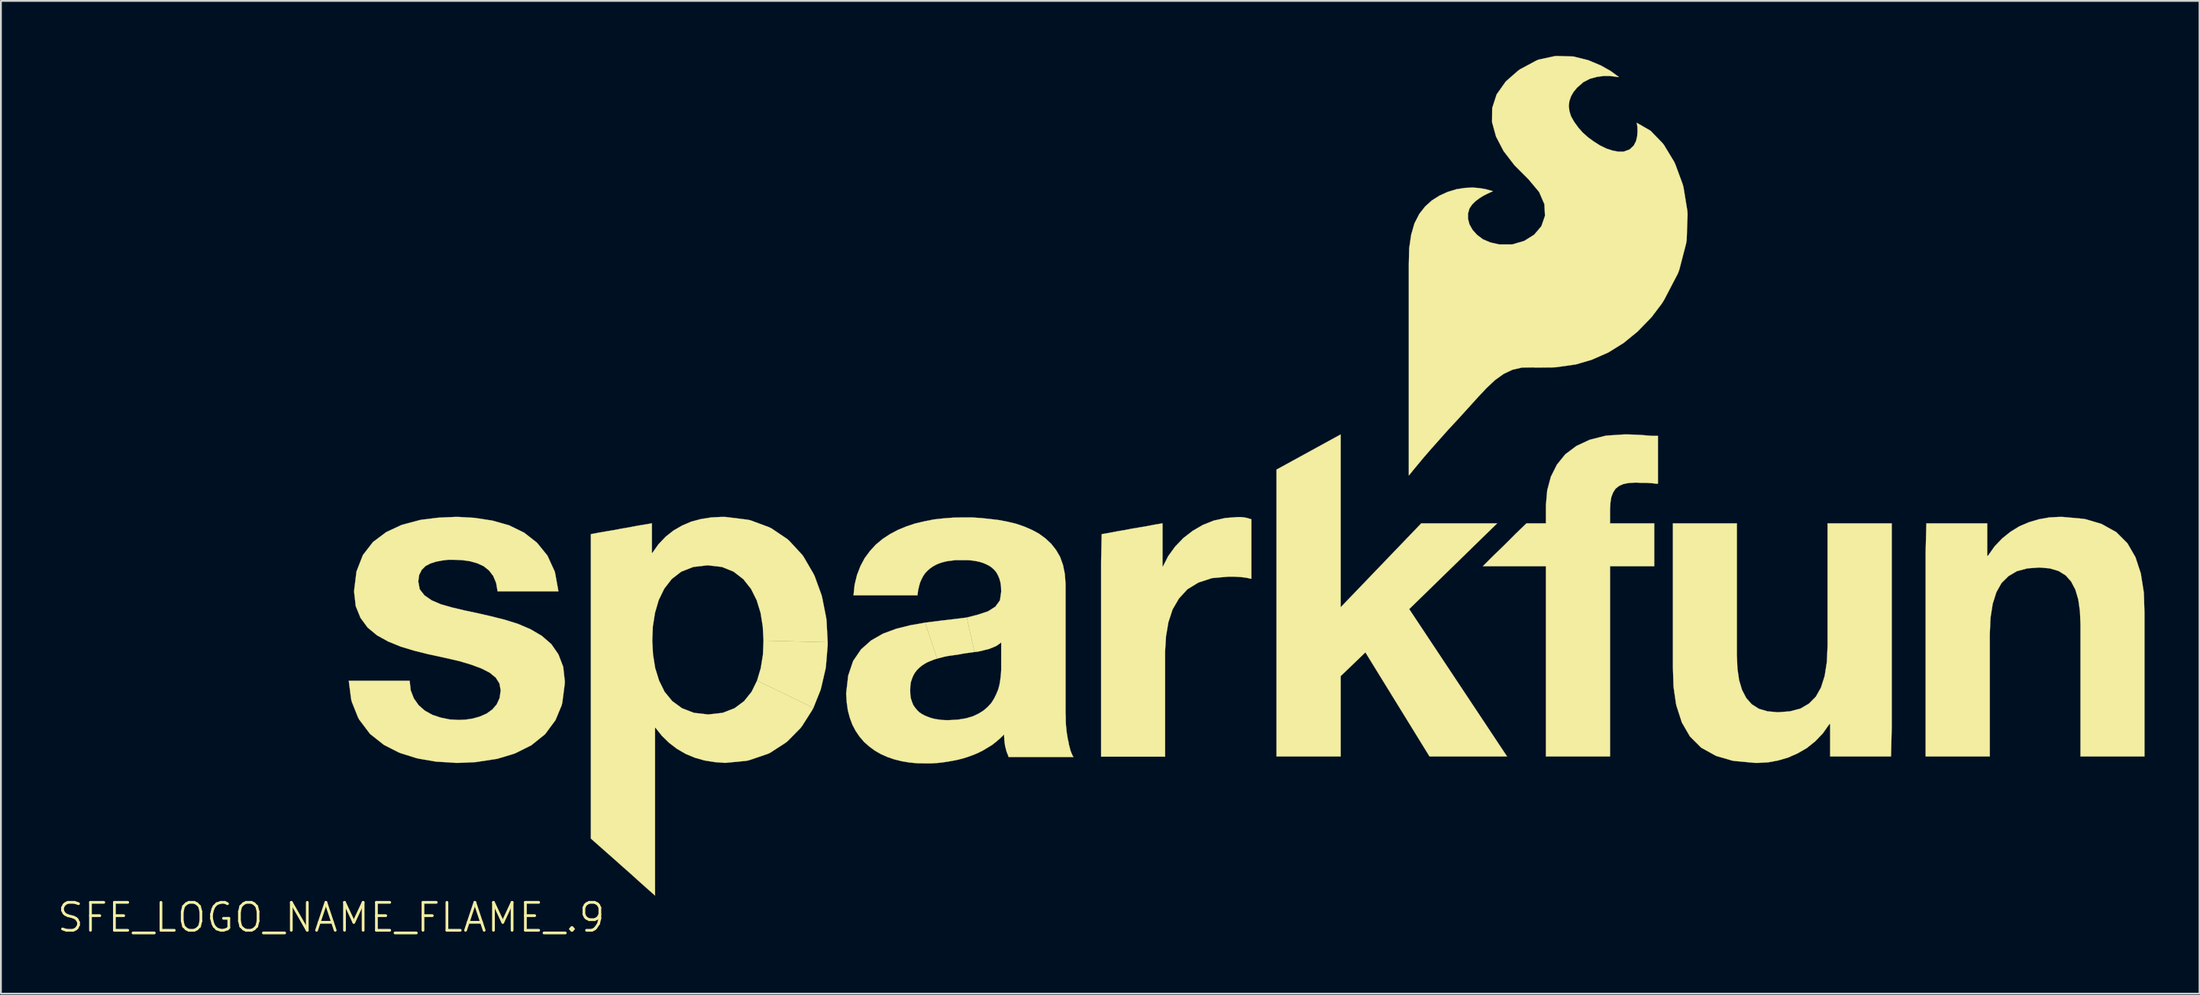
<source format=kicad_pcb>
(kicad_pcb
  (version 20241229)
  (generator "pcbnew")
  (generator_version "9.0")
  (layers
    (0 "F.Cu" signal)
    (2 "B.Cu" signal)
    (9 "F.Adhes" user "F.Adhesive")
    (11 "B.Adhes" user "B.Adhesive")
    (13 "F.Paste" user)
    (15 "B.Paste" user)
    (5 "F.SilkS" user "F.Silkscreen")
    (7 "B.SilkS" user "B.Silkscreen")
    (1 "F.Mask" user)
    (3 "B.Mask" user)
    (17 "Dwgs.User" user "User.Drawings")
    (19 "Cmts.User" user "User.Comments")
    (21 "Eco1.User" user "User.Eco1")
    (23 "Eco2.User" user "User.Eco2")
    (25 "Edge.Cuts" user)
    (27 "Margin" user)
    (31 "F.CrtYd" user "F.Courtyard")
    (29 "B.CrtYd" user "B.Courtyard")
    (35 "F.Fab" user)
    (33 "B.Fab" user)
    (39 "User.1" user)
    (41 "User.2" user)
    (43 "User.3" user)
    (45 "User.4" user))
  (footprint "SFE_LOGO_NAME_FLAME_.9"
    (layer "F.Cu")
    (at 15.022 47.013)
    (property "Reference" "SFE_LOGO_NAME_FLAME_.9" (at 0 0 0) (layer "F.SilkS") (effects (font (size 1.524 1.524) (thickness 0.15))))
    (attr exclude_from_pos_files exclude_from_bom)
    (fp_poly (pts (xy 23.238 -12.929) (xy 23.439 -13.609) (xy 23.558 -14.348) (xy 23.589 -15.108) (xy 27.089 -15.019) (xy 27.089 -14.859) (xy 26.998 -13.759) (xy 26.98 -13.599) (xy 26.739 -12.558) (xy 26.698 -12.408) (xy 26.309 -11.438)) (stroke (width 0.01) (type solid)) (fill yes) (layer "F.SilkS"))
    (fp_poly (pts (xy 51.58 -24.44) (xy 55.08 -26.358) (xy 55.08 -16.929) (xy 59.479 -21.509) (xy 63.619 -21.509) (xy 58.819 -16.828) (xy 64.158 -8.788) (xy 59.929 -8.788) (xy 56.429 -14.468) (xy 55.08 -13.17) (xy 55.08 -8.788) (xy 51.58 -8.788)) (stroke (width 0.01) (type solid)) (fill yes) (layer "F.SilkS"))
    (fp_poly (pts (xy 32.408 -16.088) (xy 33.198 -16.19) (xy 33.96 -16.279) (xy 34.679 -16.368) (xy 35.098 -14.488) (xy 34.9 -14.458) (xy 34.689 -14.43) (xy 34.478 -14.399) (xy 34.28 -14.359) (xy 34.069 -14.328) (xy 33.858 -14.298) (xy 33.658 -14.27) (xy 33.449 -14.229) (xy 33.259 -14.178) (xy 33.058 -14.127)) (stroke (width 0.01) (type solid)) (fill yes) (layer "F.SilkS"))
    (fp_poly (pts (xy 42.04 -20.919) (xy 42.448 -20.988) (xy 42.868 -21.069) (xy 43.279 -21.138) (xy 43.698 -21.219) (xy 44.11 -21.288) (xy 44.529 -21.359) (xy 44.938 -21.438) (xy 45.359 -21.509) (xy 45.359 -19.149) (xy 45.38 -19.149) (xy 45.669 -19.718) (xy 46.048 -20.239) (xy 46.5 -20.709) (xy 47.008 -21.1) (xy 47.559 -21.42) (xy 48.158 -21.659) (xy 48.788 -21.798) (xy 49.439 -21.849) (xy 49.639 -21.849) (xy 49.738 -21.839) (xy 49.83 -21.829) (xy 49.929 -21.808) (xy 50.018 -21.788) (xy 50.109 -21.758) (xy 50.208 -21.73) (xy 50.208 -18.479) (xy 50.079 -18.509) (xy 49.929 -18.539) (xy 49.779 -18.56) (xy 49.619 -18.578) (xy 49.449 -18.588) (xy 49.279 -18.598) (xy 48.948 -18.598) (xy 48.059 -18.519) (xy 47.318 -18.278) (xy 46.718 -17.91) (xy 46.258 -17.409) (xy 45.908 -16.81) (xy 45.679 -16.109) (xy 45.55 -15.339) (xy 45.499 -14.519) (xy 45.499 -8.778) (xy 42.009 -8.778) (xy 42.009 -19.398)) (stroke (width 0.01) (type solid)) (fill yes) (layer "F.SilkS"))
    (fp_poly (pts (xy 85.108 -8.788) (xy 81.788 -8.788) (xy 81.788 -10.559) (xy 81.75 -10.559) (xy 81.389 -10.048) (xy 80.968 -9.609) (xy 80.518 -9.248) (xy 80.018 -8.959) (xy 79.499 -8.73) (xy 78.958 -8.57) (xy 78.41 -8.468) (xy 77.859 -8.438) (xy 77.678 -8.438) (xy 76.589 -8.539) (xy 76.449 -8.56) (xy 75.56 -8.819) (xy 74.75 -9.268) (xy 74.138 -9.878) (xy 73.698 -10.638) (xy 73.409 -11.529) (xy 73.378 -11.659) (xy 73.249 -12.548) (xy 73.238 -12.69) (xy 73.208 -13.678) (xy 73.208 -21.509) (xy 76.698 -21.509) (xy 76.698 -14.318) (xy 76.728 -13.589) (xy 76.82 -12.949) (xy 76.98 -12.418) (xy 77.208 -11.979) (xy 77.508 -11.638) (xy 77.899 -11.389) (xy 78.369 -11.25) (xy 78.938 -11.199) (xy 79.599 -11.25) (xy 80.167 -11.4) (xy 80.63 -11.669) (xy 81.008 -12.05) (xy 81.288 -12.548) (xy 81.488 -13.178) (xy 81.608 -13.94) (xy 81.648 -14.839) (xy 81.648 -21.509) (xy 85.148 -21.509) (xy 85.148 -10.378)) (stroke (width 0.01) (type solid)) (fill yes) (layer "F.SilkS"))
    (fp_poly (pts (xy 87.038 -21.509) (xy 90.358 -21.509) (xy 90.358 -19.738) (xy 90.399 -19.738) (xy 90.759 -20.249) (xy 91.178 -20.688) (xy 91.628 -21.049) (xy 92.118 -21.349) (xy 92.639 -21.57) (xy 93.18 -21.73) (xy 93.739 -21.829) (xy 94.29 -21.859) (xy 94.458 -21.859) (xy 95.56 -21.758) (xy 95.7 -21.74) (xy 96.589 -21.478) (xy 97.399 -21.029) (xy 98.008 -20.419) (xy 98.448 -19.66) (xy 98.74 -18.768) (xy 98.758 -18.649) (xy 98.9 -17.75) (xy 98.908 -17.61) (xy 98.938 -16.619) (xy 98.938 -8.788) (xy 95.448 -8.788) (xy 95.448 -15.979) (xy 95.418 -16.708) (xy 95.329 -17.348) (xy 95.169 -17.889) (xy 94.938 -18.329) (xy 94.638 -18.669) (xy 94.249 -18.908) (xy 93.769 -19.05) (xy 93.208 -19.098) (xy 92.55 -19.05) (xy 91.978 -18.898) (xy 91.519 -18.628) (xy 91.138 -18.25) (xy 90.858 -17.75) (xy 90.658 -17.12) (xy 90.538 -16.358) (xy 90.498 -15.458) (xy 90.498 -8.788) (xy 86.998 -8.788) (xy 86.998 -19.929)) (stroke (width 0.01) (type solid)) (fill yes) (layer "F.SilkS"))
    (fp_poly (pts (xy 66.279 -19.169) (xy 62.84 -19.169) (xy 63.139 -19.469) (xy 63.429 -19.759) (xy 63.729 -20.048) (xy 64.028 -20.338) (xy 64.328 -20.637) (xy 64.618 -20.93) (xy 64.92 -21.219) (xy 65.22 -21.509) (xy 66.279 -21.509) (xy 66.279 -22.489) (xy 66.35 -23.31) (xy 66.548 -24.049) (xy 66.878 -24.709) (xy 67.338 -25.278) (xy 67.94 -25.728) (xy 68.669 -26.068) (xy 69.538 -26.289) (xy 69.659 -26.299) (xy 70.538 -26.358) (xy 70.769 -26.358) (xy 71.008 -26.35) (xy 71.239 -26.34) (xy 71.478 -26.33) (xy 71.709 -26.309) (xy 71.938 -26.289) (xy 72.159 -26.279) (xy 72.39 -26.279) (xy 72.39 -23.668) (xy 72.23 -23.678) (xy 72.07 -23.698) (xy 71.91 -23.708) (xy 71.75 -23.719) (xy 71.43 -23.719) (xy 71.27 -23.729) (xy 71.11 -23.729) (xy 70.78 -23.708) (xy 70.498 -23.65) (xy 70.269 -23.548) (xy 70.079 -23.398) (xy 69.949 -23.198) (xy 69.85 -22.949) (xy 69.799 -22.639) (xy 69.779 -22.278) (xy 69.779 -21.509) (xy 72.189 -21.509) (xy 72.189 -19.169) (xy 69.779 -19.169) (xy 69.779 -8.788) (xy 66.279 -8.788) (xy 66.279 -17.879)) (stroke (width 0.01) (type solid)) (fill yes) (layer "F.SilkS"))
    (fp_poly (pts (xy 26.309 -11.438) (xy 26.238 -11.308) (xy 25.7 -10.46) (xy 25.608 -10.338) (xy 24.91 -9.629) (xy 24.798 -9.538) (xy 23.95 -8.989) (xy 23.818 -8.928) (xy 22.819 -8.588) (xy 22.659 -8.55) (xy 21.499 -8.438) (xy 20.93 -8.479) (xy 20.368 -8.57) (xy 19.84 -8.72) (xy 19.34 -8.928) (xy 18.86 -9.207) (xy 18.428 -9.538) (xy 18.039 -9.919) (xy 17.689 -10.358) (xy 17.668 -10.358) (xy 17.668 -1.199) (xy 17.229 -1.587) (xy 16.789 -1.979) (xy 16.358 -2.37) (xy 15.918 -2.758) (xy 15.479 -3.15) (xy 15.05 -3.528) (xy 14.608 -3.919) (xy 14.168 -4.308) (xy 14.168 -20.919) (xy 14.59 -20.998) (xy 14.999 -21.069) (xy 15.418 -21.138) (xy 15.839 -21.219) (xy 16.248 -21.288) (xy 16.667 -21.369) (xy 17.079 -21.438) (xy 17.498 -21.509) (xy 17.498 -19.888) (xy 17.518 -19.888) (xy 17.859 -20.368) (xy 18.25 -20.78) (xy 18.679 -21.118) (xy 19.149 -21.389) (xy 19.639 -21.598) (xy 20.168 -21.74) (xy 20.729 -21.829) (xy 21.308 -21.859) (xy 21.488 -21.859) (xy 22.7 -21.709) (xy 22.86 -21.679) (xy 23.889 -21.298) (xy 24.028 -21.229) (xy 24.889 -20.648) (xy 24.999 -20.549) (xy 25.7 -19.789) (xy 25.778 -19.68) (xy 26.309 -18.768) (xy 26.378 -18.628) (xy 26.749 -17.61) (xy 26.789 -17.46) (xy 27.008 -16.35) (xy 27.028 -16.19) (xy 27.089 -15.019) (xy 23.589 -15.108) (xy 23.548 -15.878) (xy 23.429 -16.619) (xy 23.218 -17.308) (xy 22.908 -17.93) (xy 22.489 -18.458) (xy 21.958 -18.87) (xy 21.318 -19.129) (xy 20.538 -19.218) (xy 19.759 -19.129) (xy 19.098 -18.87) (xy 18.578 -18.468) (xy 18.169 -17.937) (xy 17.869 -17.318) (xy 17.668 -16.629) (xy 17.549 -15.878) (xy 17.518 -15.108) (xy 17.559 -14.348) (xy 17.678 -13.609) (xy 17.889 -12.929) (xy 18.189 -12.319) (xy 18.608 -11.808) (xy 19.139 -11.42) (xy 19.789 -11.168) (xy 20.569 -11.079) (xy 21.359 -11.168) (xy 22.009 -11.42) (xy 22.53 -11.808) (xy 22.939 -12.319) (xy 23.238 -12.929)) (stroke (width 0.01) (type solid)) (fill yes) (layer "F.SilkS"))
    (fp_poly (pts (xy 4.28 -12.918) (xy 4.338 -12.398) (xy 4.508 -11.958) (xy 4.768 -11.587) (xy 5.108 -11.288) (xy 5.519 -11.059) (xy 5.969 -10.909) (xy 6.459 -10.808) (xy 6.96 -10.78) (xy 7.338 -10.798) (xy 7.729 -10.858) (xy 8.118 -10.968) (xy 8.479 -11.128) (xy 8.788 -11.349) (xy 9.03 -11.628) (xy 9.19 -11.979) (xy 9.248 -12.398) (xy 9.18 -12.769) (xy 8.979 -13.089) (xy 8.649 -13.358) (xy 8.199 -13.589) (xy 7.628 -13.8) (xy 6.96 -13.998) (xy 6.17 -14.178) (xy 5.288 -14.369) (xy 4.529 -14.559) (xy 3.8 -14.778) (xy 3.109 -15.06) (xy 2.499 -15.397) (xy 1.989 -15.819) (xy 1.598 -16.35) (xy 1.339 -16.988) (xy 1.25 -17.77) (xy 1.26 -17.92) (xy 1.379 -18.88) (xy 1.73 -19.779) (xy 2.278 -20.488) (xy 3 -21.029) (xy 3.838 -21.42) (xy 4.768 -21.669) (xy 4.889 -21.699) (xy 5.768 -21.808) (xy 5.888 -21.819) (xy 6.789 -21.859) (xy 6.919 -21.859) (xy 7.808 -21.808) (xy 8.788 -21.659) (xy 9.708 -21.399) (xy 10.528 -20.998) (xy 11.229 -20.45) (xy 11.798 -19.748) (xy 12.2 -18.87) (xy 12.228 -18.738) (xy 12.398 -17.798) (xy 9.078 -17.798) (xy 8.999 -18.258) (xy 8.839 -18.639) (xy 8.608 -18.938) (xy 8.319 -19.169) (xy 7.968 -19.329) (xy 7.579 -19.439) (xy 7.148 -19.5) (xy 6.688 -19.52) (xy 6.378 -19.52) (xy 6.048 -19.479) (xy 5.728 -19.418) (xy 5.418 -19.319) (xy 5.149 -19.18) (xy 4.938 -18.969) (xy 4.798 -18.689) (xy 4.75 -18.339) (xy 4.829 -17.91) (xy 5.088 -17.579) (xy 5.479 -17.308) (xy 5.989 -17.089) (xy 6.589 -16.919) (xy 7.259 -16.759) (xy 7.968 -16.609) (xy 8.71 -16.439) (xy 9.469 -16.248) (xy 10.198 -16.02) (xy 10.879 -15.728) (xy 11.488 -15.37) (xy 12.009 -14.92) (xy 12.398 -14.359) (xy 12.659 -13.678) (xy 12.748 -12.868) (xy 12.738 -12.718) (xy 12.609 -11.72) (xy 12.578 -11.587) (xy 12.238 -10.77) (xy 11.669 -10) (xy 10.919 -9.398) (xy 10.038 -8.959) (xy 9.919 -8.918) (xy 9.058 -8.659) (xy 8.928 -8.639) (xy 8.009 -8.499) (xy 7.879 -8.479) (xy 6.929 -8.438) (xy 6.8 -8.438) (xy 5.839 -8.499) (xy 5.7 -8.509) (xy 4.768 -8.669) (xy 4.638 -8.7) (xy 3.78 -8.969) (xy 3.658 -9.02) (xy 2.878 -9.418) (xy 2.118 -10.018) (xy 1.529 -10.798) (xy 1.468 -10.909) (xy 1.128 -11.758) (xy 1.09 -11.9) (xy 0.958 -12.918) (xy 3.858 -12.918)) (stroke (width 0.01) (type solid)) (fill yes) (layer "F.SilkS"))
    (fp_poly (pts (xy 71.239 -43.348) (xy 71.25 -43.289) (xy 71.27 -43.139) (xy 71.277 -42.908) (xy 71.26 -42.639) (xy 71.199 -42.37) (xy 71.069 -42.118) (xy 70.848 -41.91) (xy 70.518 -41.788) (xy 70.228 -41.788) (xy 69.908 -41.849) (xy 69.578 -41.958) (xy 69.228 -42.128) (xy 68.897 -42.339) (xy 68.58 -42.568) (xy 68.288 -42.829) (xy 68.049 -43.099) (xy 67.818 -43.419) (xy 67.648 -43.718) (xy 67.559 -44.008) (xy 67.528 -44.29) (xy 67.559 -44.549) (xy 67.648 -44.808) (xy 67.788 -45.049) (xy 67.978 -45.278) (xy 68.318 -45.578) (xy 68.689 -45.768) (xy 69.068 -45.87) (xy 69.439 -45.918) (xy 69.759 -45.918) (xy 70.018 -45.888) (xy 70.198 -45.86) (xy 70.259 -45.86) (xy 70.14 -45.949) (xy 69.809 -46.19) (xy 69.278 -46.49) (xy 68.588 -46.779) (xy 67.78 -46.98) (xy 66.868 -47.008) (xy 66.749 -46.998) (xy 65.88 -46.81) (xy 65.758 -46.759) (xy 64.859 -46.279) (xy 64.75 -46.198) (xy 64.089 -45.618) (xy 63.589 -44.91) (xy 63.348 -44.168) (xy 63.34 -43.398) (xy 63.558 -42.608) (xy 63.97 -41.819) (xy 64.569 -41.039) (xy 64.658 -40.95) (xy 65.329 -40.279) (xy 65.908 -39.588) (xy 66.197 -38.918) (xy 66.228 -38.288) (xy 66.03 -37.719) (xy 65.639 -37.259) (xy 65.098 -36.919) (xy 64.45 -36.728) (xy 63.718 -36.728) (xy 63.238 -36.838) (xy 62.84 -37.008) (xy 62.52 -37.249) (xy 62.278 -37.518) (xy 62.108 -37.818) (xy 62.029 -38.118) (xy 62.029 -38.417) (xy 62.108 -38.689) (xy 62.248 -38.898) (xy 62.428 -39.078) (xy 62.639 -39.238) (xy 62.86 -39.378) (xy 63.058 -39.479) (xy 63.228 -39.558) (xy 63.34 -39.609) (xy 63.388 -39.629) (xy 63.33 -39.649) (xy 63.188 -39.688) (xy 62.959 -39.748) (xy 62.649 -39.799) (xy 62.278 -39.83) (xy 61.859 -39.809) (xy 61.399 -39.738) (xy 60.909 -39.588) (xy 60.47 -39.388) (xy 60.058 -39.129) (xy 59.69 -38.798) (xy 59.37 -38.39) (xy 59.108 -37.879) (xy 58.928 -37.259) (xy 58.819 -36.518) (xy 58.798 -35.659) (xy 58.798 -24.12) (xy 58.859 -24.188) (xy 59.019 -24.389) (xy 59.268 -24.689) (xy 59.599 -25.088) (xy 60 -25.55) (xy 60.46 -26.068) (xy 60.96 -26.629) (xy 61.498 -27.208) (xy 62.07 -27.838) (xy 62.588 -28.41) (xy 63.058 -28.908) (xy 63.508 -29.329) (xy 63.97 -29.66) (xy 64.45 -29.888) (xy 64.968 -30.008) (xy 65.56 -30.018) (xy 65.71 -30.008) (xy 66.708 -30.018) (xy 66.848 -30.028) (xy 67.78 -30.16) (xy 67.909 -30.178) (xy 68.768 -30.429) (xy 69.68 -30.828) (xy 70.518 -31.349) (xy 71.277 -31.968) (xy 71.979 -32.69) (xy 72.06 -32.779) (xy 72.598 -33.49) (xy 72.728 -33.698) (xy 73.48 -35.138) (xy 73.558 -35.349) (xy 73.929 -36.779) (xy 73.96 -36.98) (xy 74.008 -38.359) (xy 73.998 -38.55) (xy 73.79 -39.82) (xy 73.749 -39.99) (xy 73.34 -41.1) (xy 73.269 -41.25) (xy 72.718 -42.159) (xy 72.629 -42.268) (xy 71.989 -42.929) (xy 71.229 -43.368)) (stroke (width 0.01) (type solid)) (fill yes) (layer "F.SilkS"))
    (fp_poly (pts (xy 33.058 -14.127) (xy 32.878 -14.069) (xy 32.7 -13.998) (xy 32.53 -13.929) (xy 32.37 -13.838) (xy 32.22 -13.739) (xy 32.078 -13.619) (xy 31.958 -13.498) (xy 31.849 -13.358) (xy 31.758 -13.198) (xy 31.689 -13.028) (xy 31.628 -12.84) (xy 31.598 -12.619) (xy 31.59 -12.388) (xy 31.598 -12.169) (xy 31.628 -11.958) (xy 31.689 -11.768) (xy 31.758 -11.598) (xy 31.859 -11.448) (xy 31.968 -11.318) (xy 32.088 -11.199) (xy 32.238 -11.1) (xy 32.388 -11.019) (xy 32.558 -10.95) (xy 32.728 -10.889) (xy 32.918 -10.838) (xy 33.109 -10.808) (xy 33.31 -10.78) (xy 33.518 -10.77) (xy 33.729 -10.77) (xy 34.209 -10.798) (xy 34.638 -10.869) (xy 35.009 -10.978) (xy 35.329 -11.128) (xy 35.598 -11.298) (xy 35.829 -11.499) (xy 36.02 -11.709) (xy 36.17 -11.948) (xy 36.289 -12.189) (xy 36.388 -12.428) (xy 36.459 -12.68) (xy 36.5 -12.918) (xy 36.528 -13.139) (xy 36.548 -13.348) (xy 36.558 -13.538) (xy 36.558 -15.009) (xy 36.439 -14.92) (xy 36.309 -14.829) (xy 36.159 -14.76) (xy 36.01 -14.699) (xy 35.839 -14.638) (xy 35.669 -14.6) (xy 35.479 -14.549) (xy 35.288 -14.508) (xy 35.098 -14.488) (xy 34.679 -16.368) (xy 35.298 -16.528) (xy 35.839 -16.708) (xy 36.238 -16.96) (xy 36.49 -17.308) (xy 36.558 -17.78) (xy 36.548 -18.049) (xy 36.518 -18.278) (xy 36.459 -18.489) (xy 36.378 -18.679) (xy 36.289 -18.839) (xy 36.17 -18.979) (xy 36.038 -19.098) (xy 35.888 -19.2) (xy 35.728 -19.279) (xy 35.56 -19.35) (xy 35.37 -19.408) (xy 35.169 -19.449) (xy 34.968 -19.479) (xy 34.75 -19.5) (xy 34.049 -19.5) (xy 33.818 -19.469) (xy 33.589 -19.439) (xy 33.378 -19.388) (xy 33.188 -19.329) (xy 33 -19.248) (xy 32.84 -19.159) (xy 32.68 -19.05) (xy 32.54 -18.928) (xy 32.408 -18.788) (xy 32.299 -18.628) (xy 32.21 -18.458) (xy 32.128 -18.268) (xy 32.068 -18.049) (xy 32.019 -17.828) (xy 31.989 -17.579) (xy 28.499 -17.579) (xy 28.56 -18.158) (xy 28.689 -18.689) (xy 28.88 -19.18) (xy 29.108 -19.609) (xy 29.398 -20) (xy 29.718 -20.348) (xy 30.089 -20.658) (xy 30.488 -20.919) (xy 30.919 -21.148) (xy 31.379 -21.339) (xy 31.859 -21.499) (xy 32.37 -21.618) (xy 32.878 -21.72) (xy 33.409 -21.778) (xy 33.939 -21.819) (xy 34.478 -21.829) (xy 34.958 -21.829) (xy 35.448 -21.798) (xy 35.928 -21.747) (xy 36.419 -21.689) (xy 36.899 -21.598) (xy 37.358 -21.488) (xy 37.798 -21.339) (xy 38.219 -21.158) (xy 38.608 -20.95) (xy 38.969 -20.688) (xy 39.279 -20.399) (xy 39.548 -20.058) (xy 39.769 -19.68) (xy 39.929 -19.238) (xy 40.028 -18.748) (xy 40.069 -18.209) (xy 40.069 -11.158) (xy 40.079 -10.94) (xy 40.079 -10.729) (xy 40.089 -10.518) (xy 40.109 -10.317) (xy 40.129 -10.119) (xy 40.16 -9.929) (xy 40.188 -9.749) (xy 40.229 -9.578) (xy 40.259 -9.408) (xy 40.3 -9.258) (xy 40.338 -9.108) (xy 40.389 -8.979) (xy 40.439 -8.86) (xy 40.498 -8.758) (xy 36.96 -8.758) (xy 36.939 -8.829) (xy 36.909 -8.908) (xy 36.878 -8.979) (xy 36.848 -9.058) (xy 36.83 -9.129) (xy 36.81 -9.207) (xy 36.789 -9.289) (xy 36.769 -9.368) (xy 36.759 -9.439) (xy 36.749 -9.52) (xy 36.739 -9.599) (xy 36.728 -9.68) (xy 36.728 -9.759) (xy 36.718 -9.83) (xy 36.718 -9.99) (xy 36.5 -9.779) (xy 36.279 -9.588) (xy 36.048 -9.408) (xy 35.799 -9.258) (xy 35.55 -9.108) (xy 35.288 -8.979) (xy 35.029 -8.87) (xy 34.75 -8.768) (xy 34.468 -8.679) (xy 34.188 -8.608) (xy 33.899 -8.55) (xy 33.609 -8.499) (xy 33.32 -8.458) (xy 33.028 -8.428) (xy 32.728 -8.41) (xy 32.428 -8.41) (xy 31.979 -8.418) (xy 31.549 -8.458) (xy 31.128 -8.529) (xy 30.729 -8.628) (xy 30.348 -8.758) (xy 29.99 -8.918) (xy 29.66 -9.108) (xy 29.36 -9.329) (xy 29.078 -9.578) (xy 28.829 -9.868) (xy 28.618 -10.178) (xy 28.438 -10.518) (xy 28.298 -10.899) (xy 28.189 -11.308) (xy 28.128 -11.748) (xy 28.097 -12.22) (xy 28.209 -13.198) (xy 28.478 -13.998) (xy 28.908 -14.628) (xy 29.459 -15.118) (xy 30.109 -15.489) (xy 30.838 -15.758) (xy 31.608 -15.949) (xy 32.408 -16.088)) (stroke (width 0.01) (type solid)) (fill yes) (layer "F.SilkS")))
  (gr_rect
    (start -3 -3)
    (end 116.965 51.168)
    (stroke (width 0.1) (type default))
    (fill no)
    (layer "Edge.Cuts")))
</source>
